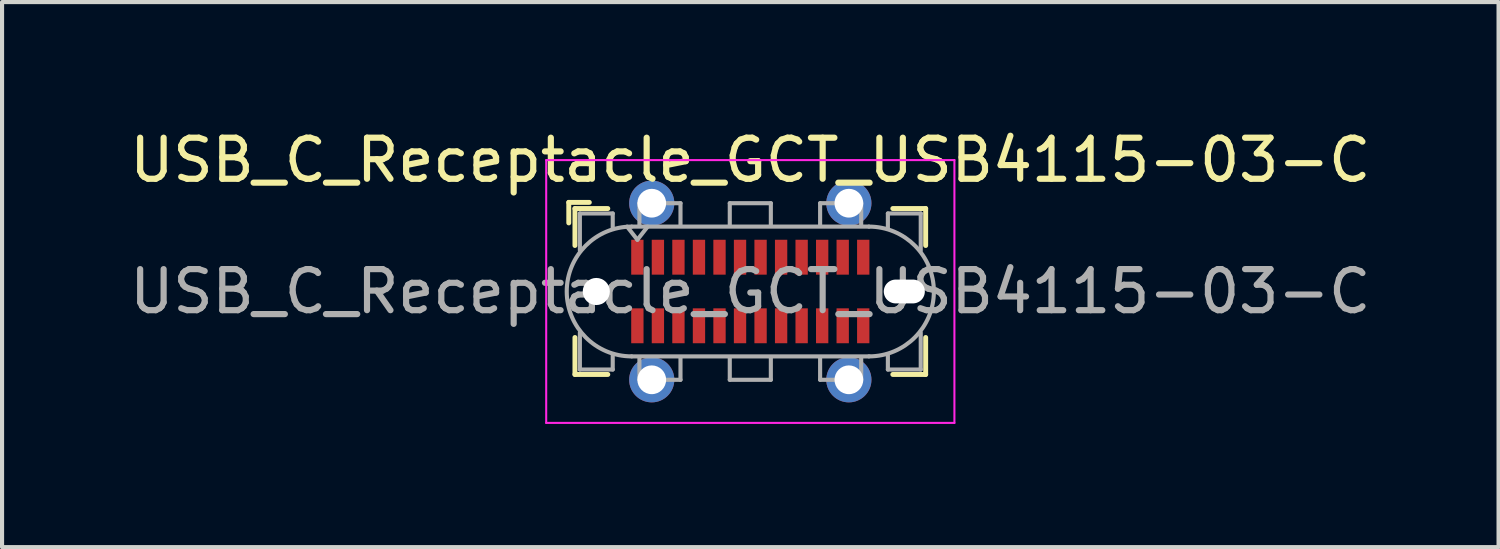
<source format=kicad_pcb>
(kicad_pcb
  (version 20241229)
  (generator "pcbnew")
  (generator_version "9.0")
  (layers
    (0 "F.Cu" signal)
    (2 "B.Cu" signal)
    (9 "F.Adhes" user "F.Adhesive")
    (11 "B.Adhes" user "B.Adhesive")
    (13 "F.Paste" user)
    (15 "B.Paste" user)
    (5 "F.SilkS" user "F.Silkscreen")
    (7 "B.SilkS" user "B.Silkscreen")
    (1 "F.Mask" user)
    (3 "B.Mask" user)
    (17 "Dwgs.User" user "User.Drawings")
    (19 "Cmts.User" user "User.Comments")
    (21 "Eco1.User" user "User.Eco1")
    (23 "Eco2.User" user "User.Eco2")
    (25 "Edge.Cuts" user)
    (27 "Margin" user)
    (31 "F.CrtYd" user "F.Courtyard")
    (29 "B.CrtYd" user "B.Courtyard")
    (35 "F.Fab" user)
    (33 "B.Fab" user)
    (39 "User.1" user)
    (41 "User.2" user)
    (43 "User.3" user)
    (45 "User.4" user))
  (footprint "USB_C_Receptacle_GCT_USB4115-03-C"
    (layer "F.Cu")
    (at 15.22 4.048)
    (property "Reference" "USB_C_Receptacle_GCT_USB4115-03-C" (at 0 -3.2 0) (layer "F.SilkS") (effects (font (size 1 1) (thickness 0.15))))
    (attr smd)
    (fp_line (start -4.42 -2.17) (end -4.42 -1.67) (stroke (width 0.12) (type solid)) (layer "F.SilkS"))
    (fp_line (start -4.42 -2.17) (end -3.92 -2.17) (stroke (width 0.12) (type solid)) (layer "F.SilkS"))
    (fp_line (start -4.27 -2.02) (end -4.27 -1.12) (stroke (width 0.12) (type solid)) (layer "F.SilkS"))
    (fp_line (start -4.27 -2.02) (end -3.47 -2.02) (stroke (width 0.12) (type solid)) (layer "F.SilkS"))
    (fp_line (start -4.27 2.02) (end -4.27 1.12) (stroke (width 0.12) (type solid)) (layer "F.SilkS"))
    (fp_line (start -4.27 2.02) (end -3.47 2.02) (stroke (width 0.12) (type solid)) (layer "F.SilkS"))
    (fp_line (start 4.27 -2.02) (end 3.47 -2.02) (stroke (width 0.12) (type solid)) (layer "F.SilkS"))
    (fp_line (start 4.27 -2.02) (end 4.27 -1.12) (stroke (width 0.12) (type solid)) (layer "F.SilkS"))
    (fp_line (start 4.27 2.02) (end 3.47 2.02) (stroke (width 0.12) (type solid)) (layer "F.SilkS"))
    (fp_line (start 4.27 2.02) (end 4.27 1.12) (stroke (width 0.12) (type solid)) (layer "F.SilkS"))
    (fp_line (start -4.97 -3.2) (end -4.97 3.2) (stroke (width 0.05) (type solid)) (layer "F.CrtYd"))
    (fp_line (start -4.97 3.2) (end 4.97 3.2) (stroke (width 0.05) (type solid)) (layer "F.CrtYd"))
    (fp_line (start 4.97 -3.2) (end -4.97 -3.2) (stroke (width 0.05) (type solid)) (layer "F.CrtYd"))
    (fp_line (start 4.97 3.2) (end 4.97 -3.2) (stroke (width 0.05) (type solid)) (layer "F.CrtYd"))
    (fp_line (start -4.15 -1.9) (end -4.15 -1) (stroke (width 0.1) (type solid)) (layer "F.Fab"))
    (fp_line (start -4.15 -1.9) (end -3.35 -1.9) (stroke (width 0.1) (type solid)) (layer "F.Fab"))
    (fp_line (start -4.15 1.9) (end -4.15 1) (stroke (width 0.1) (type solid)) (layer "F.Fab"))
    (fp_line (start -4.15 1.9) (end -3.35 1.9) (stroke (width 0.1) (type solid)) (layer "F.Fab"))
    (fp_line (start -3.35 -1.9) (end -3.35 -1.55) (stroke (width 0.1) (type solid)) (layer "F.Fab"))
    (fp_line (start -3.35 1.9) (end -3.35 1.55) (stroke (width 0.1) (type solid)) (layer "F.Fab"))
    (fp_line (start -2.89 1.58) (end 2.89 1.58) (stroke (width 0.1) (type solid)) (layer "F.Fab"))
    (fp_line (start -2.75 -1.26) (end -3 -1.58) (stroke (width 0.1) (type solid)) (layer "F.Fab"))
    (fp_line (start -2.7 -2.15) (end -1.7 -2.15) (stroke (width 0.1) (type solid)) (layer "F.Fab"))
    (fp_line (start -2.7 -1.6) (end -2.7 -2.15) (stroke (width 0.1) (type solid)) (layer "F.Fab"))
    (fp_line (start -2.7 1.6) (end -2.7 2.15) (stroke (width 0.1) (type solid)) (layer "F.Fab"))
    (fp_line (start -2.7 2.15) (end -1.7 2.15) (stroke (width 0.1) (type solid)) (layer "F.Fab"))
    (fp_line (start -2.5 -1.58) (end -2.75 -1.26) (stroke (width 0.1) (type solid)) (layer "F.Fab"))
    (fp_line (start -1.7 -2.15) (end -1.7 -1.6) (stroke (width 0.1) (type solid)) (layer "F.Fab"))
    (fp_line (start -1.7 2.15) (end -1.7 1.6) (stroke (width 0.1) (type solid)) (layer "F.Fab"))
    (fp_line (start -0.5 -2.15) (end 0.5 -2.15) (stroke (width 0.1) (type solid)) (layer "F.Fab"))
    (fp_line (start -0.5 -1.6) (end -0.5 -2.15) (stroke (width 0.1) (type solid)) (layer "F.Fab"))
    (fp_line (start -0.5 2.15) (end -0.5 1.6) (stroke (width 0.1) (type solid)) (layer "F.Fab"))
    (fp_line (start 0.5 -2.15) (end 0.5 -1.6) (stroke (width 0.1) (type solid)) (layer "F.Fab"))
    (fp_line (start 0.5 1.6) (end 0.5 2.15) (stroke (width 0.1) (type solid)) (layer "F.Fab"))
    (fp_line (start 0.5 2.15) (end -0.5 2.15) (stroke (width 0.1) (type solid)) (layer "F.Fab"))
    (fp_line (start 1.7 -2.15) (end 1.7 -1.6) (stroke (width 0.1) (type solid)) (layer "F.Fab"))
    (fp_line (start 1.7 2.15) (end 1.7 1.6) (stroke (width 0.1) (type solid)) (layer "F.Fab"))
    (fp_line (start 2.7 -2.15) (end 1.7 -2.15) (stroke (width 0.1) (type solid)) (layer "F.Fab"))
    (fp_line (start 2.7 -1.6) (end 2.7 -2.15) (stroke (width 0.1) (type solid)) (layer "F.Fab"))
    (fp_line (start 2.7 1.6) (end 2.7 2.15) (stroke (width 0.1) (type solid)) (layer "F.Fab"))
    (fp_line (start 2.7 2.15) (end 1.7 2.15) (stroke (width 0.1) (type solid)) (layer "F.Fab"))
    (fp_line (start 2.89 -1.58) (end -2.89 -1.58) (stroke (width 0.1) (type solid)) (layer "F.Fab"))
    (fp_line (start 3.35 -1.9) (end 3.35 -1.55) (stroke (width 0.1) (type solid)) (layer "F.Fab"))
    (fp_line (start 3.35 1.9) (end 3.35 1.55) (stroke (width 0.1) (type solid)) (layer "F.Fab"))
    (fp_line (start 4.15 -1.9) (end 3.35 -1.9) (stroke (width 0.1) (type solid)) (layer "F.Fab"))
    (fp_line (start 4.15 -1.9) (end 4.15 -1) (stroke (width 0.1) (type solid)) (layer "F.Fab"))
    (fp_line (start 4.15 1.9) (end 3.35 1.9) (stroke (width 0.1) (type solid)) (layer "F.Fab"))
    (fp_line (start 4.15 1.9) (end 4.15 1) (stroke (width 0.1) (type solid)) (layer "F.Fab"))
    (fp_arc (start -2.89 1.58) (mid -4.47 0) (end -2.89 -1.58) (stroke (width 0.1) (type solid)) (layer "F.Fab"))
    (fp_arc (start 2.89 -1.58) (mid 4.47 0) (end 2.89 1.58) (stroke (width 0.1) (type solid)) (layer "F.Fab"))
    (fp_text user "${REFERENCE}" (at 0 0 0) (unlocked yes) (layer "F.Fab") (effects (font (size 1 1) (thickness 0.15))))
    (pad "" np_thru_hole circle (at -3.75 0) (size 0.66 0.66) (drill 0.66) (layers "*.Cu" "*.Mask"))
    (pad "" np_thru_hole oval (at 3.75 0) (size 1 0.58) (drill oval 1 0.58) (layers "*.Cu" "*.Mask"))
    (pad "A1" smd rect (at -2.75 -0.835) (size 0.3 0.85) (layers "F.Cu" "F.Mask" "F.Paste"))
    (pad "A2" smd rect (at -2.25 -0.835) (size 0.3 0.85) (layers "F.Cu" "F.Mask" "F.Paste"))
    (pad "A3" smd rect (at -1.75 -0.835) (size 0.3 0.85) (layers "F.Cu" "F.Mask" "F.Paste"))
    (pad "A4" smd rect (at -1.25 -0.835) (size 0.3 0.85) (layers "F.Cu" "F.Mask" "F.Paste"))
    (pad "A5" smd rect (at -0.75 -0.835) (size 0.3 0.85) (layers "F.Cu" "F.Mask" "F.Paste"))
    (pad "A6" smd rect (at -0.25 -0.835) (size 0.3 0.85) (layers "F.Cu" "F.Mask" "F.Paste"))
    (pad "A7" smd rect (at 0.25 -0.835) (size 0.3 0.85) (layers "F.Cu" "F.Mask" "F.Paste"))
    (pad "A8" smd rect (at 0.75 -0.835) (size 0.3 0.85) (layers "F.Cu" "F.Mask" "F.Paste"))
    (pad "A9" smd rect (at 1.25 -0.835) (size 0.3 0.85) (layers "F.Cu" "F.Mask" "F.Paste"))
    (pad "A10" smd rect (at 1.75 -0.835) (size 0.3 0.85) (layers "F.Cu" "F.Mask" "F.Paste"))
    (pad "A11" smd rect (at 2.25 -0.835) (size 0.3 0.85) (layers "F.Cu" "F.Mask" "F.Paste"))
    (pad "A12" smd rect (at 2.75 -0.835) (size 0.3 0.85) (layers "F.Cu" "F.Mask" "F.Paste"))
    (pad "B1" smd rect (at 2.75 0.835) (size 0.3 0.85) (layers "F.Cu" "F.Mask" "F.Paste"))
    (pad "B2" smd rect (at 2.25 0.835) (size 0.3 0.85) (layers "F.Cu" "F.Mask" "F.Paste"))
    (pad "B3" smd rect (at 1.75 0.835) (size 0.3 0.85) (layers "F.Cu" "F.Mask" "F.Paste"))
    (pad "B4" smd rect (at 1.25 0.835) (size 0.3 0.85) (layers "F.Cu" "F.Mask" "F.Paste"))
    (pad "B5" smd rect (at 0.75 0.835) (size 0.3 0.85) (layers "F.Cu" "F.Mask" "F.Paste"))
    (pad "B6" smd rect (at 0.25 0.835) (size 0.3 0.85) (layers "F.Cu" "F.Mask" "F.Paste"))
    (pad "B7" smd rect (at -0.25 0.835) (size 0.3 0.85) (layers "F.Cu" "F.Mask" "F.Paste"))
    (pad "B8" smd rect (at -0.75 0.835) (size 0.3 0.85) (layers "F.Cu" "F.Mask" "F.Paste"))
    (pad "B9" smd rect (at -1.25 0.835) (size 0.3 0.85) (layers "F.Cu" "F.Mask" "F.Paste"))
    (pad "B10" smd rect (at -1.75 0.835) (size 0.3 0.85) (layers "F.Cu" "F.Mask" "F.Paste"))
    (pad "B11" smd rect (at -2.25 0.835) (size 0.3 0.85) (layers "F.Cu" "F.Mask" "F.Paste"))
    (pad "B12" smd rect (at -2.75 0.835) (size 0.3 0.85) (layers "F.Cu" "F.Mask" "F.Paste"))
    (pad "S1" thru_hole circle (at -2.4 -2.15) (size 1.1 1.1) (drill 0.7) (layers "*.Cu" "*.Mask"))
    (pad "S1" thru_hole circle (at -2.4 2.15) (size 1.1 1.1) (drill 0.7) (layers "*.Cu" "*.Mask"))
    (pad "S1" thru_hole circle (at 2.4 -2.15) (size 1.1 1.1) (drill 0.7) (layers "*.Cu" "*.Mask"))
    (pad "S1" thru_hole circle (at 2.4 2.15) (size 1.1 1.1) (drill 0.7) (layers "*.Cu" "*.Mask"))
    (zone (net_name "") (layer "F.Cu") (name "peg") (hatch full 0.508) (connect_pads) (min_thickness 0.254) (filled_areas_thickness no) (keepout (tracks allowed) (vias allowed) (pads not_allowed) (copperpour not_allowed) (footprints not_allowed)) (placement (enabled no)) (fill) (polygon (pts (xy 16.02 2.248) (xy 14.42 2.248) (xy 14.42 1.548) (xy 16.02 1.548))))
    (zone (net_name "") (layer "F.Cu") (name "peg") (hatch full 0.508) (connect_pads) (min_thickness 0.254) (filled_areas_thickness no) (keepout (tracks allowed) (vias allowed) (pads not_allowed) (copperpour not_allowed) (footprints not_allowed)) (placement (enabled no)) (fill) (polygon (pts (xy 16.02 6.548) (xy 14.42 6.548) (xy 14.42 5.848) (xy 16.02 5.848)))))
  (gr_rect
    (start -3 -3)
    (end 33.44 10.273)
    (stroke (width 0.1) (type default))
    (fill no)
    (layer "Edge.Cuts")))
</source>
